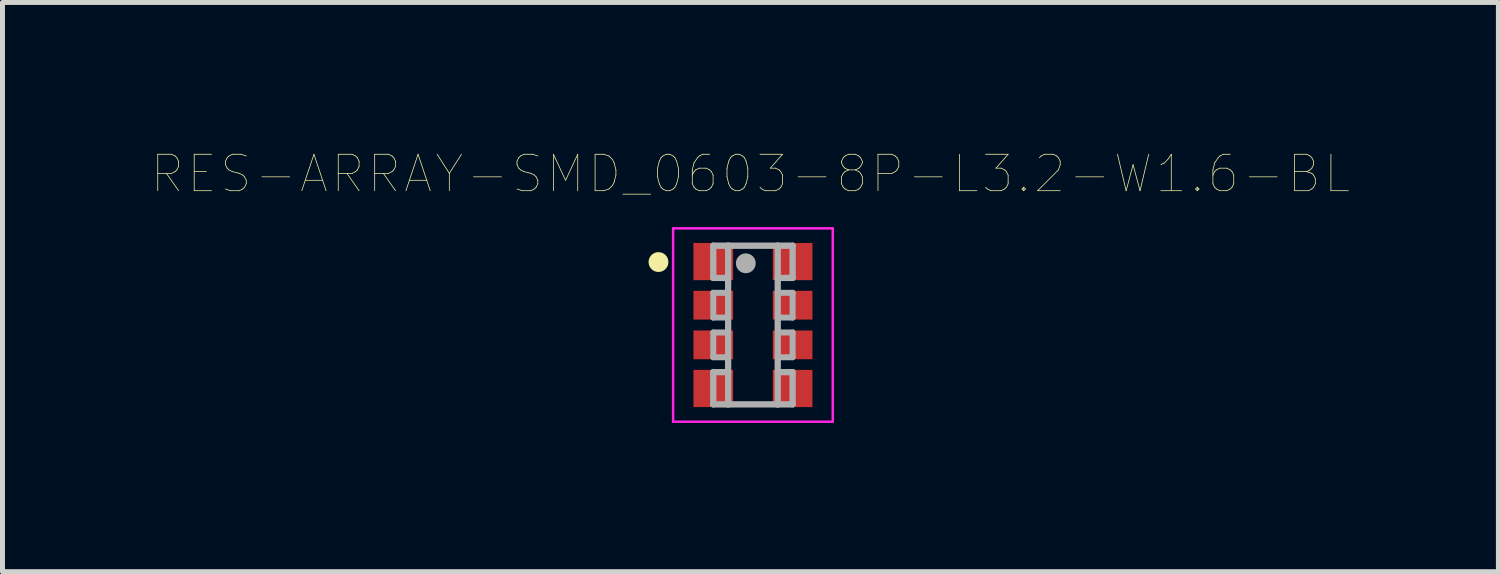
<source format=kicad_pcb>
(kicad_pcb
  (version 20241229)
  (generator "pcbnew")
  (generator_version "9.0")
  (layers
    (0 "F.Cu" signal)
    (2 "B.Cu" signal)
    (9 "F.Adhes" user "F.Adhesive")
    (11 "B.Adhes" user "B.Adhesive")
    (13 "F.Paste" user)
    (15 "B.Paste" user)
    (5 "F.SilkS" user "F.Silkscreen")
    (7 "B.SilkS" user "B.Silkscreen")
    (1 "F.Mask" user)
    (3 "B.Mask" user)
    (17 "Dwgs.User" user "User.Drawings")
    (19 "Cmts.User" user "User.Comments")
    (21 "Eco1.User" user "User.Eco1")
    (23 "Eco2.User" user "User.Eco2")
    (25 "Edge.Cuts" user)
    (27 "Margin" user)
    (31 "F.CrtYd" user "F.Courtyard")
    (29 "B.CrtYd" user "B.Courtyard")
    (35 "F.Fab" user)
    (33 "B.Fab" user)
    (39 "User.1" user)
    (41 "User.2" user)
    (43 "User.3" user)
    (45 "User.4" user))
  (footprint "RES-ARRAY-SMD_0603-8P-L3.2-W1.6-BL"
    (layer "F.Cu")
    (at 12.135 3.505)
    (property "Reference" "RES-ARRAY-SMD_0603-8P-L3.2-W1.6-BL" (at -0.051 -3.048 0) (layer "F.SilkS") (effects (font (size 0.735 0.735) (thickness 0.015))))
    (attr smd)
    (fp_circle (center -1.905 -1.27) (end -1.805 -1.27) (stroke (width 0.2) (type solid)) (fill no) (layer "F.SilkS"))
    (fp_line (start -1.61 -1.95) (end 1.61 -1.95) (stroke (width 0.05) (type solid)) (layer "F.CrtYd"))
    (fp_line (start -1.61 1.95) (end -1.61 -1.95) (stroke (width 0.05) (type solid)) (layer "F.CrtYd"))
    (fp_line (start 1.61 -1.95) (end 1.61 1.95) (stroke (width 0.05) (type solid)) (layer "F.CrtYd"))
    (fp_line (start 1.61 1.95) (end -1.61 1.95) (stroke (width 0.05) (type solid)) (layer "F.CrtYd"))
    (fp_line (start -0.8 -0.95) (end -0.8 -1.6) (stroke (width 0.127) (type solid)) (layer "F.Fab"))
    (fp_line (start -0.8 -0.15) (end -0.8 -0.65) (stroke (width 0.12) (type solid)) (layer "F.Fab"))
    (fp_line (start -0.8 0.65) (end -0.8 0.15) (stroke (width 0.12) (type solid)) (layer "F.Fab"))
    (fp_line (start -0.8 1.6) (end -0.8 0.95) (stroke (width 0.127) (type solid)) (layer "F.Fab"))
    (fp_line (start -0.5 -1.6) (end -0.8 -1.6) (stroke (width 0.127) (type solid)) (layer "F.Fab"))
    (fp_line (start -0.5 -0.95) (end -0.8 -0.95) (stroke (width 0.127) (type solid)) (layer "F.Fab"))
    (fp_line (start -0.5 -0.65) (end -0.8 -0.65) (stroke (width 0.12) (type solid)) (layer "F.Fab"))
    (fp_line (start -0.5 -0.15) (end -0.8 -0.15) (stroke (width 0.12) (type solid)) (layer "F.Fab"))
    (fp_line (start -0.5 0.15) (end -0.8 0.15) (stroke (width 0.12) (type solid)) (layer "F.Fab"))
    (fp_line (start -0.5 0.65) (end -0.8 0.65) (stroke (width 0.12) (type solid)) (layer "F.Fab"))
    (fp_line (start -0.5 0.95) (end -0.8 0.95) (stroke (width 0.127) (type solid)) (layer "F.Fab"))
    (fp_line (start -0.5 1.6) (end -0.8 1.6) (stroke (width 0.127) (type solid)) (layer "F.Fab"))
    (fp_line (start -0.5 1.6) (end -0.5 -1.6) (stroke (width 0.127) (type solid)) (layer "F.Fab"))
    (fp_line (start 0.5 -1.6) (end -0.5 -1.6) (stroke (width 0.127) (type solid)) (layer "F.Fab"))
    (fp_line (start 0.5 -1.6) (end 0.8 -1.6) (stroke (width 0.127) (type solid)) (layer "F.Fab"))
    (fp_line (start 0.5 -0.95) (end 0.8 -0.95) (stroke (width 0.127) (type solid)) (layer "F.Fab"))
    (fp_line (start 0.5 -0.65) (end 0.8 -0.65) (stroke (width 0.12) (type solid)) (layer "F.Fab"))
    (fp_line (start 0.5 -0.15) (end 0.8 -0.15) (stroke (width 0.12) (type solid)) (layer "F.Fab"))
    (fp_line (start 0.5 0.15) (end 0.8 0.15) (stroke (width 0.12) (type solid)) (layer "F.Fab"))
    (fp_line (start 0.5 0.65) (end 0.8 0.65) (stroke (width 0.12) (type solid)) (layer "F.Fab"))
    (fp_line (start 0.5 0.95) (end 0.8 0.95) (stroke (width 0.127) (type solid)) (layer "F.Fab"))
    (fp_line (start 0.5 1.6) (end -0.5 1.6) (stroke (width 0.127) (type solid)) (layer "F.Fab"))
    (fp_line (start 0.5 1.6) (end 0.5 -1.6) (stroke (width 0.127) (type solid)) (layer "F.Fab"))
    (fp_line (start 0.5 1.6) (end 0.8 1.6) (stroke (width 0.127) (type solid)) (layer "F.Fab"))
    (fp_line (start 0.8 -0.95) (end 0.8 -1.6) (stroke (width 0.127) (type solid)) (layer "F.Fab"))
    (fp_line (start 0.8 -0.15) (end 0.8 -0.65) (stroke (width 0.12) (type solid)) (layer "F.Fab"))
    (fp_line (start 0.8 0.65) (end 0.8 0.15) (stroke (width 0.12) (type solid)) (layer "F.Fab"))
    (fp_line (start 0.8 1.6) (end 0.8 0.95) (stroke (width 0.127) (type solid)) (layer "F.Fab"))
    (fp_circle (center -0.144 -1.245) (end -0.044 -1.245) (stroke (width 0.2) (type solid)) (fill no) (layer "F.Fab"))
    (pad "1" smd rect (at -0.8 -1.28) (size 0.8 0.75) (layers "F.Cu" "F.Mask" "F.Paste"))
    (pad "2" smd rect (at -0.8 -0.4) (size 0.8 0.58) (layers "F.Cu" "F.Mask" "F.Paste"))
    (pad "3" smd rect (at -0.8 0.4) (size 0.8 0.58) (layers "F.Cu" "F.Mask" "F.Paste"))
    (pad "4" smd rect (at -0.8 1.28) (size 0.8 0.75) (layers "F.Cu" "F.Mask" "F.Paste"))
    (pad "5" smd rect (at 0.8 1.28) (size 0.8 0.75) (layers "F.Cu" "F.Mask" "F.Paste"))
    (pad "6" smd rect (at 0.8 0.4) (size 0.8 0.58) (layers "F.Cu" "F.Mask" "F.Paste"))
    (pad "7" smd rect (at 0.8 -0.4) (size 0.8 0.58) (layers "F.Cu" "F.Mask" "F.Paste"))
    (pad "8" smd rect (at 0.8 -1.28) (size 0.8 0.75) (layers "F.Cu" "F.Mask" "F.Paste")))
  (gr_rect
    (start -3 -3)
    (end 27.169 8.48)
    (stroke (width 0.1) (type default))
    (fill no)
    (layer "Edge.Cuts")))
</source>
